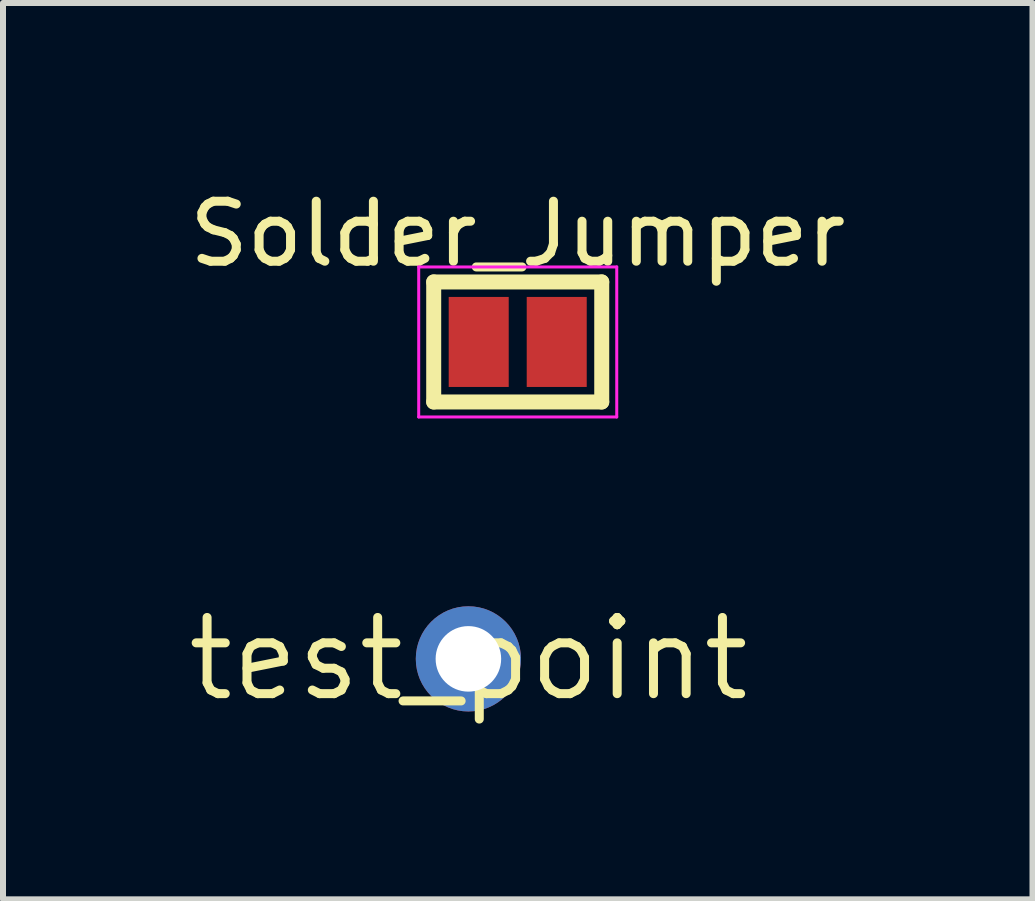
<source format=kicad_pcb>
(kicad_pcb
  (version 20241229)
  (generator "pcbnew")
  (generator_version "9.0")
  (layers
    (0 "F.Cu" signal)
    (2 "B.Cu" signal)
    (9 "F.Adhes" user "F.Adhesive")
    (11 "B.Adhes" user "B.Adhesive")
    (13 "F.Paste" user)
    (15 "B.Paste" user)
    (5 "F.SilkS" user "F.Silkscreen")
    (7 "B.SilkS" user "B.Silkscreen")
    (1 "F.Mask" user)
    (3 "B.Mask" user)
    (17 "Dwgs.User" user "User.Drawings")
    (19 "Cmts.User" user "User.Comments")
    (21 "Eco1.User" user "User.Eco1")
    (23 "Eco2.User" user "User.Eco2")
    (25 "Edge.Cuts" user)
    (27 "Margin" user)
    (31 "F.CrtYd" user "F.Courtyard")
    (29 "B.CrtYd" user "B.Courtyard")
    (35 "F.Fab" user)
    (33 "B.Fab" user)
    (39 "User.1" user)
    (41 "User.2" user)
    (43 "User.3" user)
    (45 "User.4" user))
  (footprint "test_point"
    (layer "F.Cu")
    (at 4.755 7.929)
    (property "Reference" "test_point" (at 0 0 0) (layer "F.SilkS") (effects (font (size 1.27 1.27) (thickness 0.15))))
    (pad "1" thru_hole circle (at 0 0 180) (size 1.753 1.753) (drill 1.092) (property pad_prop_testpoint) (layers "*.Cu" "*.Mask")))
  (footprint "Solder_Jumper"
    (layer "F.Cu")
    (at 5.577 2.648)
    (property "Reference" "Solder_Jumper" (at 0 -1.8 180) (layer "F.SilkS") (effects (font (size 1 1) (thickness 0.15))))
    (attr exclude_from_pos_files exclude_from_bom)
    (fp_line (start -1.4 -1) (end 1.4 -1) (stroke (width 0.25) (type solid)) (layer "F.SilkS"))
    (fp_line (start -1.4 1) (end -1.4 -1) (stroke (width 0.25) (type solid)) (layer "F.SilkS"))
    (fp_line (start 1.4 -1) (end 1.4 1) (stroke (width 0.25) (type solid)) (layer "F.SilkS"))
    (fp_line (start 1.4 1) (end -1.4 1) (stroke (width 0.25) (type solid)) (layer "F.SilkS"))
    (fp_line (start -1.65 -1.25) (end -1.65 1.25) (stroke (width 0.05) (type solid)) (layer "F.CrtYd"))
    (fp_line (start -1.65 -1.25) (end 1.65 -1.25) (stroke (width 0.05) (type solid)) (layer "F.CrtYd"))
    (fp_line (start 1.65 1.25) (end -1.65 1.25) (stroke (width 0.05) (type solid)) (layer "F.CrtYd"))
    (fp_line (start 1.65 1.25) (end 1.65 -1.25) (stroke (width 0.05) (type solid)) (layer "F.CrtYd"))
    (pad "1" smd rect (at -0.65 0) (size 1 1.5) (layers "F.Cu" "F.Mask"))
    (pad "2" smd rect (at 0.65 0) (size 1 1.5) (layers "F.Cu" "F.Mask")))
  (gr_rect
    (start -3 -3)
    (end 14.155 11.936)
    (stroke (width 0.1) (type default))
    (fill no)
    (layer "Edge.Cuts")))
</source>
